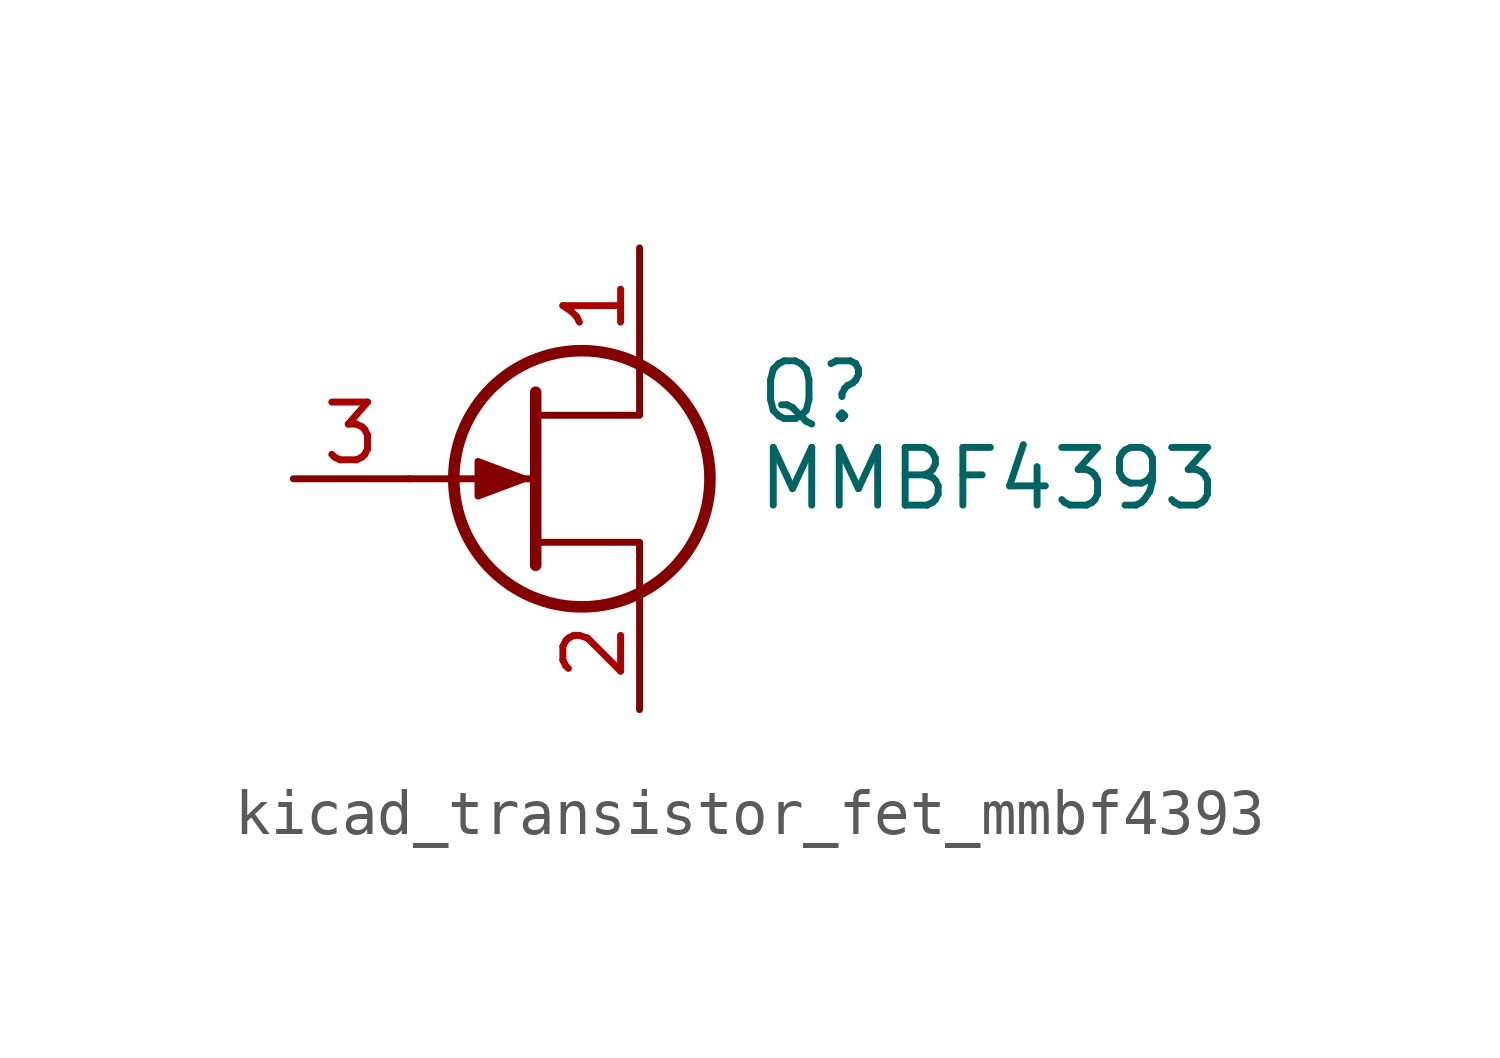
<source format=kicad_sym>
(kicad_symbol_lib
  (version 20220914)
  (generator kicad_symbol_editor)
  (symbol "kicad_transistor_fet_mmbf4393"
    (pin_names hide)
    (property "Reference" "Q"
      (at 5.08 1.905 0)
      (effects (font (size 1.27 1.27)) (justify left)))
    (property "Value" "MMBF4393"
      (at 5.08 0 0)
      (effects (font (size 1.27 1.27)) (justify left)))
    (symbol "kicad_transistor_fet_mmbf4393_0_1"
      (polyline (pts (xy 0.254 0) (xy -2.54 0)) (stroke (width 0) (type default)) (fill (type none)))
      (polyline (pts (xy 0.254 1.905) (xy 0.254 -1.905)) (stroke (width 0.254) (type default)) (fill (type none)))
      (polyline (pts (xy 2.54 -2.54) (xy 2.54 -1.397) (xy 0.254 -1.397)) (stroke (width 0) (type default)) (fill (type none)))
      (polyline (pts (xy 2.54 2.54) (xy 2.54 1.397) (xy 0.254 1.397)) (stroke (width 0) (type default)) (fill (type none)))
      (polyline (pts (xy 0 0) (xy -1.016 0.381) (xy -1.016 -0.381) (xy 0 0)) (stroke (width 0) (type default)) (fill (type outline)))
      (circle (center 1.27 0) (radius 2.819) (stroke (width 0.254) (type default)) (fill (type none))))
    (symbol "kicad_transistor_fet_mmbf4393_1_1"
      (pin passive line (at 2.54 5.08 270) (length 2.54) (name "D" (effects (font (size 1.27 1.27)))) (number "1" (effects (font (size 1.27 1.27)))))
      (pin passive line (at 2.54 -5.08 90) (length 2.54) (name "S" (effects (font (size 1.27 1.27)))) (number "2" (effects (font (size 1.27 1.27)))))
      (pin input line (at -5.08 0 0) (length 2.54) (name "G" (effects (font (size 1.27 1.27)))) (number "3" (effects (font (size 1.27 1.27))))))))
</source>
